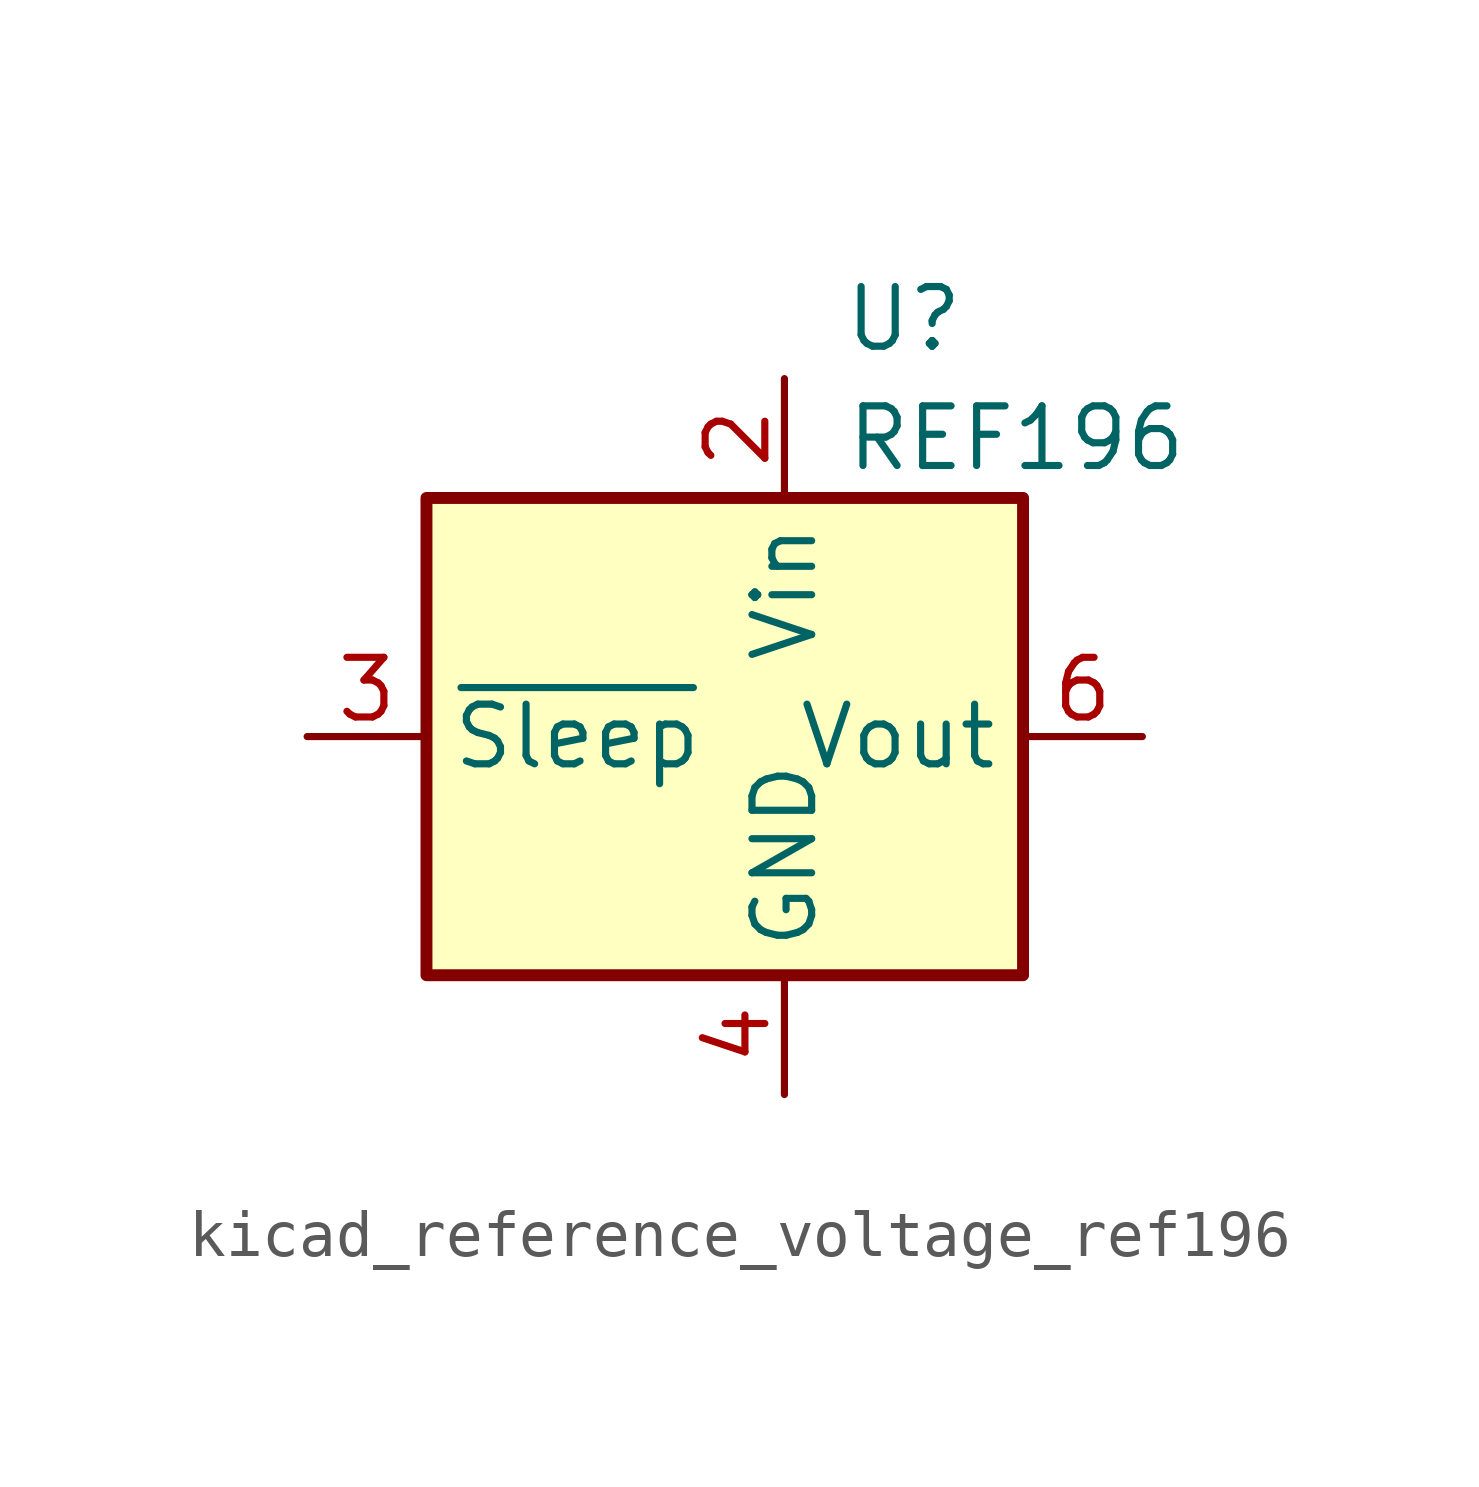
<source format=kicad_sym>
(kicad_symbol_lib
  (version 20220914)
  (generator kicad_symbol_editor)
  (symbol "kicad_reference_voltage_ref196"
    (property "Reference" "U"
      (at 2.54 8.89 0)
      (effects (font (size 1.27 1.27))))
    (property "Value" "REF196"
      (at 1.27 6.35 0)
      (effects (font (size 1.27 1.27)) (justify left)))
    (symbol "kicad_reference_voltage_ref196_0_1"
      (rectangle (start -7.62 5.08) (end 5.08 -5.08) (stroke (width 0.254) (type default)) (fill (type background))))
    (symbol "kicad_reference_voltage_ref196_1_1"
      (pin no_connect line (at -7.62 2.54 0) (length 2.54) hide (name "TP" (effects (font (size 1.27 1.27)))) (number "1" (effects (font (size 1.27 1.27)))))
      (pin power_in line (at 0 7.62 270) (length 2.54) (name "Vin" (effects (font (size 1.27 1.27)))) (number "2" (effects (font (size 1.27 1.27)))))
      (pin input line (at -10.16 0 0) (length 2.54) (name "~{Sleep}" (effects (font (size 1.27 1.27)))) (number "3" (effects (font (size 1.27 1.27)))))
      (pin power_in line (at 0 -7.62 90) (length 2.54) (name "GND" (effects (font (size 1.27 1.27)))) (number "4" (effects (font (size 1.27 1.27)))))
      (pin no_connect line (at -5.08 -5.08 90) (length 2.54) hide (name "TP" (effects (font (size 1.27 1.27)))) (number "5" (effects (font (size 1.27 1.27)))))
      (pin power_out line (at 7.62 0 180) (length 2.54) (name "Vout" (effects (font (size 1.27 1.27)))) (number "6" (effects (font (size 1.27 1.27)))))
      (pin no_connect line (at -2.54 -5.08 90) (length 2.54) hide (name "NC" (effects (font (size 1.27 1.27)))) (number "7" (effects (font (size 1.27 1.27)))))
      (pin no_connect line (at 2.54 -5.08 90) (length 2.54) hide (name "NC" (effects (font (size 1.27 1.27)))) (number "8" (effects (font (size 1.27 1.27))))))))
</source>
